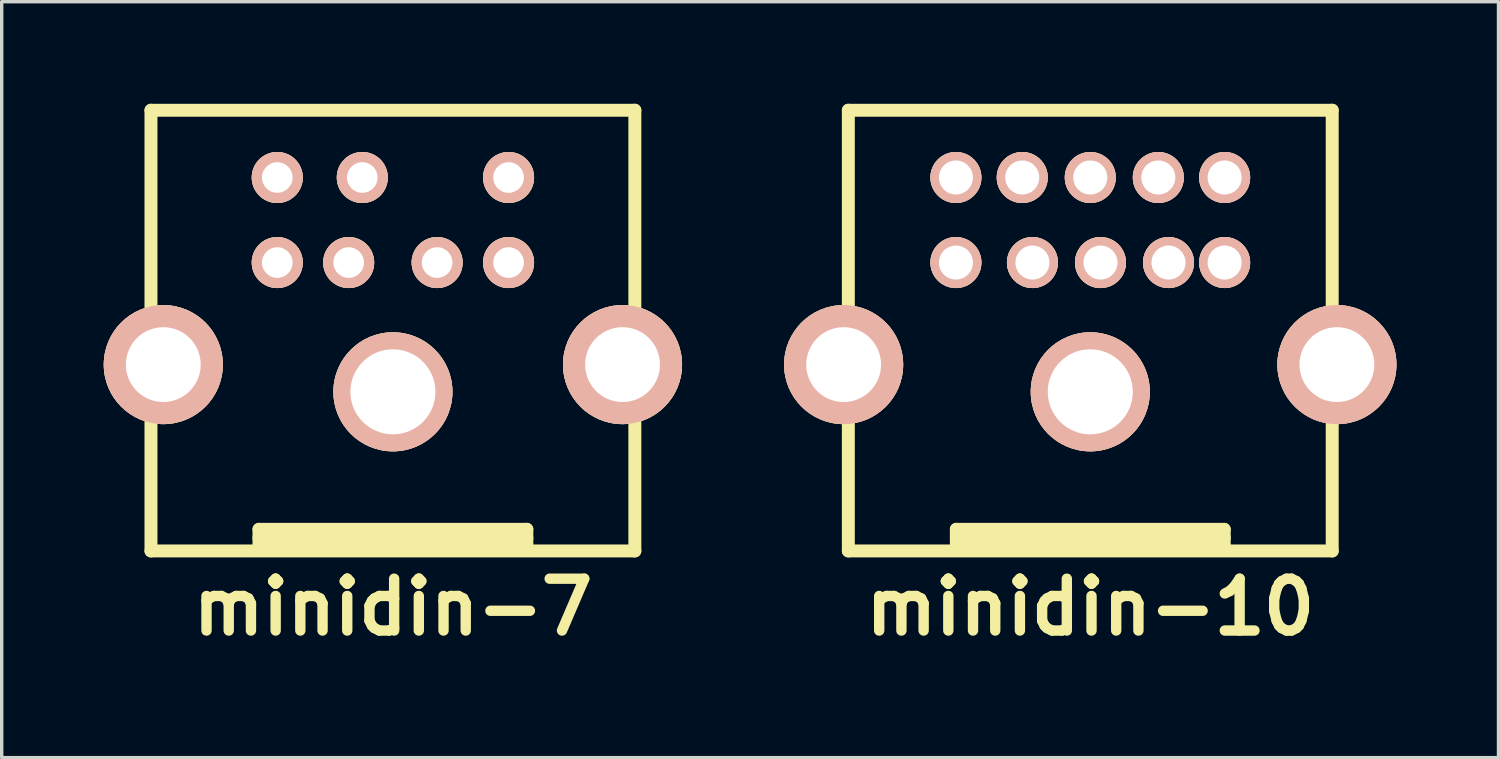
<source format=kicad_pcb>
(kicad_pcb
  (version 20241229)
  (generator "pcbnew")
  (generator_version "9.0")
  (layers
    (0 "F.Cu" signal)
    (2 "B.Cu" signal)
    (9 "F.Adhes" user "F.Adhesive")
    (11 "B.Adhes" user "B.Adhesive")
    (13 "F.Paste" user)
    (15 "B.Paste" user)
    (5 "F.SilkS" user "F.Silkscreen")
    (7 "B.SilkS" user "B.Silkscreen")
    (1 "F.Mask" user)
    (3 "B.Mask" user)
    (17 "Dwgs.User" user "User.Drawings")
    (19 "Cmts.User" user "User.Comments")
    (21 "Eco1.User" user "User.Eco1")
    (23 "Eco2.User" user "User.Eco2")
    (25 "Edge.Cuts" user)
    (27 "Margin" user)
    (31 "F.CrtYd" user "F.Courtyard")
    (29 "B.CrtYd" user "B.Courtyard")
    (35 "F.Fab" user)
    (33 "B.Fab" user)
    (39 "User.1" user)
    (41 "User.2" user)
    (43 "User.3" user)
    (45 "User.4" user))
  (footprint "minidin-10"
    (layer "F.Cu")
    (at 29 6.668)
    (property "Reference" "minidin-10" (at 0 8.128 0) (layer "F.SilkS") (effects (font (size 1.524 1.524) (thickness 0.305))))
    (attr through_hole)
    (fp_line (start -7.112 -6.477) (end -7.112 6.477) (stroke (width 0.381) (type solid)) (layer "F.SilkS"))
    (fp_line (start -7.112 6.477) (end 7.112 6.477) (stroke (width 0.381) (type solid)) (layer "F.SilkS"))
    (fp_line (start -3.937 5.842) (end -3.937 6.35) (stroke (width 0.381) (type solid)) (layer "F.SilkS"))
    (fp_line (start -3.937 5.842) (end 3.937 5.842) (stroke (width 0.381) (type solid)) (layer "F.SilkS"))
    (fp_line (start -3.937 6.096) (end 3.937 6.096) (stroke (width 0.381) (type solid)) (layer "F.SilkS"))
    (fp_line (start 3.937 5.842) (end 3.937 6.35) (stroke (width 0.381) (type solid)) (layer "F.SilkS"))
    (fp_line (start 3.937 6.35) (end -3.937 6.35) (stroke (width 0.381) (type solid)) (layer "F.SilkS"))
    (fp_line (start 7.112 -6.477) (end -7.112 -6.477) (stroke (width 0.381) (type solid)) (layer "F.SilkS"))
    (fp_line (start 7.112 6.477) (end 7.112 -6.477) (stroke (width 0.381) (type solid)) (layer "F.SilkS"))
    (pad "1" thru_hole circle (at 2.3 -2) (size 1.5 1.5) (drill 1) (layers "*.Cu" "*.SilkS" "*.Mask"))
    (pad "2" thru_hole circle (at 0.3 -2) (size 1.5 1.5) (drill 1) (layers "*.Cu" "*.SilkS" "*.Mask"))
    (pad "3" thru_hole circle (at -1.7 -2) (size 1.5 1.5) (drill 1) (layers "*.Cu" "*.SilkS" "*.Mask"))
    (pad "4" thru_hole circle (at 3.95 -2) (size 1.5 1.5) (drill 1) (layers "*.Cu" "*.SilkS" "*.Mask"))
    (pad "5" thru_hole circle (at 2 -4.5) (size 1.5 1.5) (drill 1) (layers "*.Cu" "*.SilkS" "*.Mask"))
    (pad "6" thru_hole circle (at 0 -4.5) (size 1.5 1.5) (drill 1) (layers "*.Cu" "*.SilkS" "*.Mask"))
    (pad "7" thru_hole circle (at -3.95 -2) (size 1.5 1.5) (drill 1) (layers "*.Cu" "*.SilkS" "*.Mask"))
    (pad "8" thru_hole circle (at 3.95 -4.5) (size 1.5 1.5) (drill 1) (layers "*.Cu" "*.SilkS" "*.Mask"))
    (pad "9" thru_hole circle (at -2 -4.5) (size 1.5 1.5) (drill 1) (layers "*.Cu" "*.SilkS" "*.Mask"))
    (pad "10" thru_hole circle (at -3.95 -4.5) (size 1.5 1.5) (drill 1) (layers "*.Cu" "*.SilkS" "*.Mask"))
    (pad "11" thru_hole circle (at -7.25 1) (size 3.5 3.5) (drill 2.2) (layers "*.Cu" "*.SilkS" "*.Mask"))
    (pad "12" thru_hole circle (at 0 1.8) (size 3.5 3.5) (drill 2.5) (layers "*.Cu" "*.SilkS" "*.Mask"))
    (pad "13" thru_hole circle (at 7.25 1) (size 3.5 3.5) (drill 2.2) (layers "*.Cu" "*.SilkS" "*.Mask")))
  (footprint "minidin-7"
    (layer "F.Cu")
    (at 8.5 6.668)
    (property "Reference" "minidin-7" (at 0 8.128 0) (layer "F.SilkS") (effects (font (size 1.524 1.524) (thickness 0.305))))
    (attr through_hole)
    (fp_line (start -7.112 -6.477) (end -7.112 6.477) (stroke (width 0.381) (type solid)) (layer "F.SilkS"))
    (fp_line (start -7.112 6.477) (end 7.112 6.477) (stroke (width 0.381) (type solid)) (layer "F.SilkS"))
    (fp_line (start -3.937 5.842) (end -3.937 6.35) (stroke (width 0.381) (type solid)) (layer "F.SilkS"))
    (fp_line (start -3.937 5.842) (end 3.937 5.842) (stroke (width 0.381) (type solid)) (layer "F.SilkS"))
    (fp_line (start -3.937 6.096) (end 3.937 6.096) (stroke (width 0.381) (type solid)) (layer "F.SilkS"))
    (fp_line (start 3.937 5.842) (end 3.937 6.35) (stroke (width 0.381) (type solid)) (layer "F.SilkS"))
    (fp_line (start 3.937 6.35) (end -3.937 6.35) (stroke (width 0.381) (type solid)) (layer "F.SilkS"))
    (fp_line (start 7.112 -6.477) (end -7.112 -6.477) (stroke (width 0.381) (type solid)) (layer "F.SilkS"))
    (fp_line (start 7.112 6.477) (end 7.112 -6.477) (stroke (width 0.381) (type solid)) (layer "F.SilkS"))
    (pad "1" thru_hole circle (at 1.3 -2) (size 1.5 1.5) (drill 0.9) (layers "*.Cu" "*.SilkS" "*.Mask"))
    (pad "2" thru_hole circle (at -1.3 -2) (size 1.5 1.5) (drill 0.9) (layers "*.Cu" "*.SilkS" "*.Mask"))
    (pad "3" thru_hole circle (at 3.4 -2) (size 1.5 1.5) (drill 0.9) (layers "*.Cu" "*.SilkS" "*.Mask"))
    (pad "4" thru_hole circle (at -3.4 -2) (size 1.5 1.5) (drill 0.9) (layers "*.Cu" "*.SilkS" "*.Mask"))
    (pad "5" thru_hole circle (at 3.4 -4.5) (size 1.5 1.5) (drill 0.9) (layers "*.Cu" "*.SilkS" "*.Mask"))
    (pad "6" thru_hole circle (at -0.9 -4.5) (size 1.5 1.5) (drill 0.9) (layers "*.Cu" "*.SilkS" "*.Mask"))
    (pad "7" thru_hole circle (at -3.4 -4.5) (size 1.5 1.5) (drill 0.9) (layers "*.Cu" "*.SilkS" "*.Mask"))
    (pad "8" thru_hole circle (at -6.75 1) (size 3.5 3.5) (drill 2.2) (layers "*.Cu" "*.SilkS" "*.Mask"))
    (pad "9" thru_hole circle (at 0 1.8) (size 3.5 3.5) (drill 2.5) (layers "*.Cu" "*.SilkS" "*.Mask"))
    (pad "10" thru_hole circle (at 6.75 1) (size 3.5 3.5) (drill 2.2) (layers "*.Cu" "*.SilkS" "*.Mask")))
  (gr_rect
    (start -3 -3)
    (end 41 19.222)
    (stroke (width 0.1) (type default))
    (fill no)
    (layer "Edge.Cuts")))
</source>
